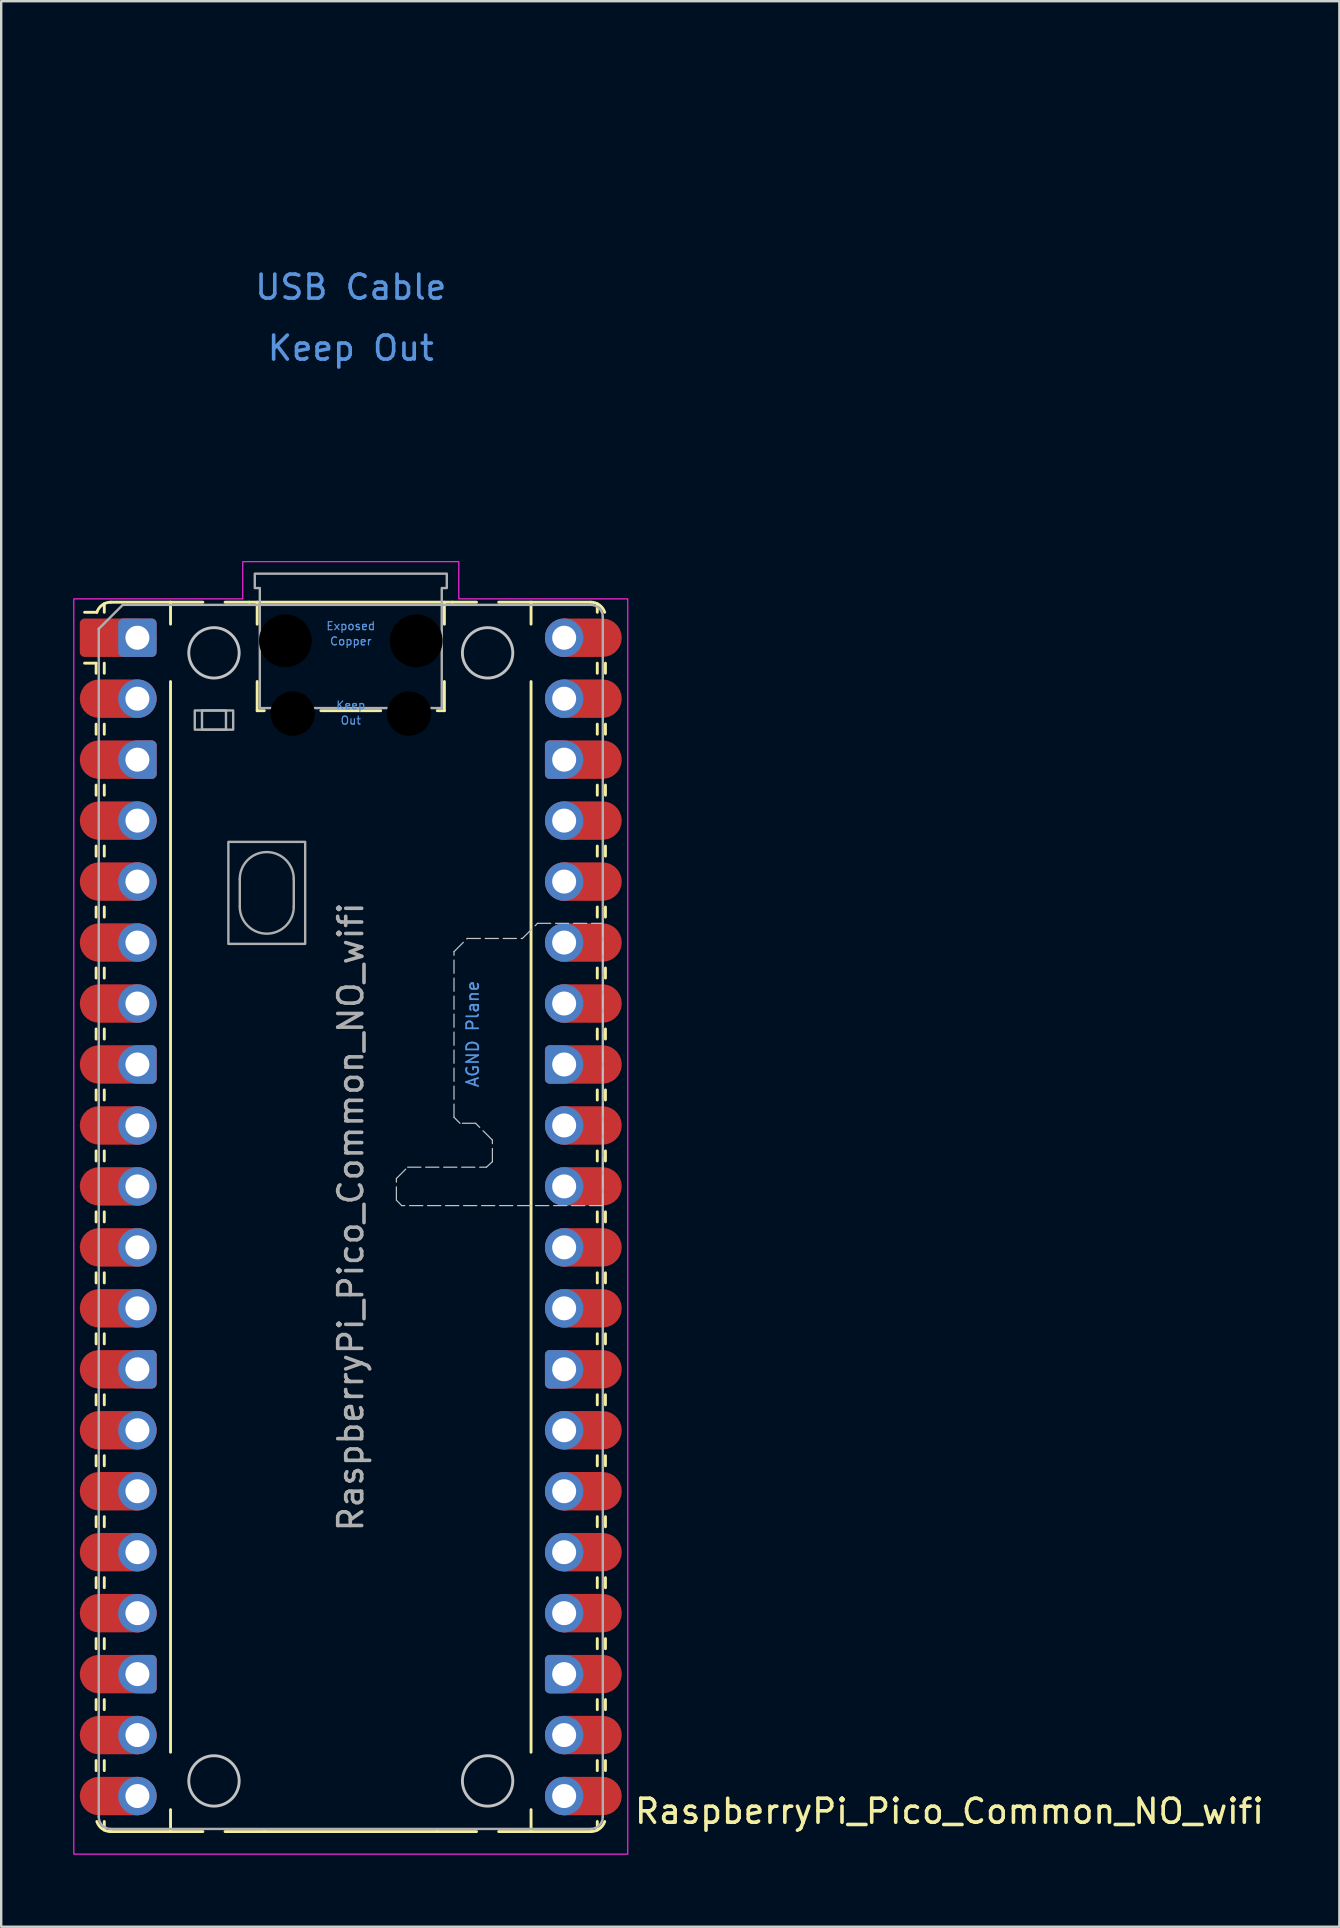
<source format=kicad_pcb>
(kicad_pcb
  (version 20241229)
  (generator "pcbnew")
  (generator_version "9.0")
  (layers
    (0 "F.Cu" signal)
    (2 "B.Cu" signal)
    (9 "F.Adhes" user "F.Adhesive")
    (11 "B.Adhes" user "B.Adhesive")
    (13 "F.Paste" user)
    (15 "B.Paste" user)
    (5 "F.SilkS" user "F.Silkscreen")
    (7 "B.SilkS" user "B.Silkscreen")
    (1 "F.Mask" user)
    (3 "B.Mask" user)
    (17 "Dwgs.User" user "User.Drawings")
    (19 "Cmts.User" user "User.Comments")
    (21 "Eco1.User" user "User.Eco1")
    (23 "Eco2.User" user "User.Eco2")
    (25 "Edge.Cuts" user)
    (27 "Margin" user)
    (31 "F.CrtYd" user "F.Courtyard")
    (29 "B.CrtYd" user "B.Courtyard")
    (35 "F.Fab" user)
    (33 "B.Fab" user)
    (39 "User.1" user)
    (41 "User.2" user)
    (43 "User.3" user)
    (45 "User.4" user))
  (footprint "RaspberryPi_Pico_Common_NO_wifi"
    (layer "F.Cu")
    (at 11.565 47.65)
    (property "Reference" "RaspberryPi_Pico_Common_NO_wifi" (at 11.748 24.765 0) (unlocked yes) (layer "F.SilkS") (effects (font (size 1 1) (thickness 0.15)) (justify left)))
    (attr through_hole)
    (fp_line (start -10.61 -23.07) (end -11.09 -23.07) (stroke (width 0.12) (type solid)) (layer "F.SilkS"))
    (fp_line (start -10.61 -23.07) (end -10.61 -22.65) (stroke (width 0.12) (type solid)) (layer "F.SilkS"))
    (fp_line (start -10.61 -20.53) (end -10.61 -20.11) (stroke (width 0.12) (type solid)) (layer "F.SilkS"))
    (fp_line (start -10.61 -17.99) (end -10.61 -17.57) (stroke (width 0.12) (type solid)) (layer "F.SilkS"))
    (fp_line (start -10.61 -15.45) (end -10.61 -15.03) (stroke (width 0.12) (type solid)) (layer "F.SilkS"))
    (fp_line (start -10.61 -12.91) (end -10.61 -12.49) (stroke (width 0.12) (type solid)) (layer "F.SilkS"))
    (fp_line (start -10.61 -10.37) (end -10.61 -9.95) (stroke (width 0.12) (type solid)) (layer "F.SilkS"))
    (fp_line (start -10.61 -7.83) (end -10.61 -7.41) (stroke (width 0.12) (type solid)) (layer "F.SilkS"))
    (fp_line (start -10.61 -5.29) (end -10.61 -4.87) (stroke (width 0.12) (type solid)) (layer "F.SilkS"))
    (fp_line (start -10.61 -2.75) (end -10.61 -2.33) (stroke (width 0.12) (type solid)) (layer "F.SilkS"))
    (fp_line (start -10.61 -0.21) (end -10.61 0.21) (stroke (width 0.12) (type solid)) (layer "F.SilkS"))
    (fp_line (start -10.61 2.33) (end -10.61 2.75) (stroke (width 0.12) (type solid)) (layer "F.SilkS"))
    (fp_line (start -10.61 4.87) (end -10.61 5.29) (stroke (width 0.12) (type solid)) (layer "F.SilkS"))
    (fp_line (start -10.61 7.41) (end -10.61 7.83) (stroke (width 0.12) (type solid)) (layer "F.SilkS"))
    (fp_line (start -10.61 9.95) (end -10.61 10.37) (stroke (width 0.12) (type solid)) (layer "F.SilkS"))
    (fp_line (start -10.61 12.49) (end -10.61 12.91) (stroke (width 0.12) (type solid)) (layer "F.SilkS"))
    (fp_line (start -10.61 15.03) (end -10.61 15.45) (stroke (width 0.12) (type solid)) (layer "F.SilkS"))
    (fp_line (start -10.61 17.57) (end -10.61 17.99) (stroke (width 0.12) (type solid)) (layer "F.SilkS"))
    (fp_line (start -10.61 20.11) (end -10.61 20.53) (stroke (width 0.12) (type solid)) (layer "F.SilkS"))
    (fp_line (start -10.61 22.65) (end -10.61 23.07) (stroke (width 0.12) (type solid)) (layer "F.SilkS"))
    (fp_line (start -10.58 -25.19) (end -11.09 -25.19) (stroke (width 0.12) (type solid)) (layer "F.SilkS"))
    (fp_line (start -10.27 -25.19) (end -10.27 -25.547) (stroke (width 0.12) (type solid)) (layer "F.SilkS"))
    (fp_line (start -10.27 -23.07) (end -10.27 -22.65) (stroke (width 0.12) (type solid)) (layer "F.SilkS"))
    (fp_line (start -10.27 -20.53) (end -10.27 -20.11) (stroke (width 0.12) (type solid)) (layer "F.SilkS"))
    (fp_line (start -10.27 -17.99) (end -10.27 -17.57) (stroke (width 0.12) (type solid)) (layer "F.SilkS"))
    (fp_line (start -10.27 -15.45) (end -10.27 -15.03) (stroke (width 0.12) (type solid)) (layer "F.SilkS"))
    (fp_line (start -10.27 -12.91) (end -10.27 -12.49) (stroke (width 0.12) (type solid)) (layer "F.SilkS"))
    (fp_line (start -10.27 -10.37) (end -10.27 -9.95) (stroke (width 0.12) (type solid)) (layer "F.SilkS"))
    (fp_line (start -10.27 -7.83) (end -10.27 -7.41) (stroke (width 0.12) (type solid)) (layer "F.SilkS"))
    (fp_line (start -10.27 -5.29) (end -10.27 -4.87) (stroke (width 0.12) (type solid)) (layer "F.SilkS"))
    (fp_line (start -10.27 -2.75) (end -10.27 -2.33) (stroke (width 0.12) (type solid)) (layer "F.SilkS"))
    (fp_line (start -10.27 -0.21) (end -10.27 0.21) (stroke (width 0.12) (type solid)) (layer "F.SilkS"))
    (fp_line (start -10.27 2.33) (end -10.27 2.75) (stroke (width 0.12) (type solid)) (layer "F.SilkS"))
    (fp_line (start -10.27 4.87) (end -10.27 5.29) (stroke (width 0.12) (type solid)) (layer "F.SilkS"))
    (fp_line (start -10.27 7.41) (end -10.27 7.83) (stroke (width 0.12) (type solid)) (layer "F.SilkS"))
    (fp_line (start -10.27 9.95) (end -10.27 10.37) (stroke (width 0.12) (type solid)) (layer "F.SilkS"))
    (fp_line (start -10.27 12.49) (end -10.27 12.91) (stroke (width 0.12) (type solid)) (layer "F.SilkS"))
    (fp_line (start -10.27 15.03) (end -10.27 15.45) (stroke (width 0.12) (type solid)) (layer "F.SilkS"))
    (fp_line (start -10.27 17.57) (end -10.27 17.99) (stroke (width 0.12) (type solid)) (layer "F.SilkS"))
    (fp_line (start -10.27 20.11) (end -10.27 20.53) (stroke (width 0.12) (type solid)) (layer "F.SilkS"))
    (fp_line (start -10.27 22.65) (end -10.27 23.07) (stroke (width 0.12) (type solid)) (layer "F.SilkS"))
    (fp_line (start -10.27 25.19) (end -10.27 25.547) (stroke (width 0.12) (type solid)) (layer "F.SilkS"))
    (fp_line (start -10 -25.61) (end -7.51 -25.61) (stroke (width 0.12) (type solid)) (layer "F.SilkS"))
    (fp_line (start -10 25.61) (end -6.162 25.61) (stroke (width 0.12) (type solid)) (layer "F.SilkS"))
    (fp_line (start -7.51 -25.61) (end -7.51 -24.696) (stroke (width 0.12) (type solid)) (layer "F.SilkS"))
    (fp_line (start -7.51 -25.61) (end -6.162 -25.61) (stroke (width 0.12) (type solid)) (layer "F.SilkS"))
    (fp_line (start -7.51 -22.304) (end -7.51 22.304) (stroke (width 0.12) (type solid)) (layer "F.SilkS"))
    (fp_line (start -7.51 24.696) (end -7.51 25.61) (stroke (width 0.12) (type solid)) (layer "F.SilkS"))
    (fp_line (start -5.238 -25.61) (end -4.235 -25.61) (stroke (width 0.12) (type solid)) (layer "F.SilkS"))
    (fp_line (start -4.235 -25.61) (end 4.235 -25.61) (stroke (width 0.12) (type solid)) (layer "F.SilkS"))
    (fp_line (start -3.9 -25.61) (end -3.9 -24.694) (stroke (width 0.12) (type solid)) (layer "F.SilkS"))
    (fp_line (start -3.9 -22.306) (end -3.9 -21.09) (stroke (width 0.12) (type solid)) (layer "F.SilkS"))
    (fp_line (start -3.9 -21.09) (end -3.604 -21.09) (stroke (width 0.12) (type solid)) (layer "F.SilkS"))
    (fp_line (start -3.6 25.61) (end -5.238 25.61) (stroke (width 0.12) (type solid)) (layer "F.SilkS"))
    (fp_line (start -1.246 -21.09) (end 1.246 -21.09) (stroke (width 0.12) (type solid)) (layer "F.SilkS"))
    (fp_line (start 3.6 25.61) (end -3.6 25.61) (stroke (width 0.12) (type solid)) (layer "F.SilkS"))
    (fp_line (start 3.604 -21.09) (end 3.9 -21.09) (stroke (width 0.12) (type solid)) (layer "F.SilkS"))
    (fp_line (start 3.9 -25.61) (end 3.9 -24.694) (stroke (width 0.12) (type solid)) (layer "F.SilkS"))
    (fp_line (start 3.9 -22.306) (end 3.9 -21.09) (stroke (width 0.12) (type solid)) (layer "F.SilkS"))
    (fp_line (start 4.235 -25.61) (end 5.238 -25.61) (stroke (width 0.12) (type solid)) (layer "F.SilkS"))
    (fp_line (start 5.238 25.61) (end 3.6 25.61) (stroke (width 0.12) (type solid)) (layer "F.SilkS"))
    (fp_line (start 6.162 -25.61) (end 7.51 -25.61) (stroke (width 0.12) (type solid)) (layer "F.SilkS"))
    (fp_line (start 6.162 25.61) (end 10 25.61) (stroke (width 0.12) (type solid)) (layer "F.SilkS"))
    (fp_line (start 7.51 -25.61) (end 7.51 -24.696) (stroke (width 0.12) (type solid)) (layer "F.SilkS"))
    (fp_line (start 7.51 -22.304) (end 7.51 22.304) (stroke (width 0.12) (type solid)) (layer "F.SilkS"))
    (fp_line (start 7.51 24.696) (end 7.51 25.61) (stroke (width 0.12) (type solid)) (layer "F.SilkS"))
    (fp_line (start 10 -25.61) (end 7.51 -25.61) (stroke (width 0.12) (type solid)) (layer "F.SilkS"))
    (fp_line (start 10.27 -25.19) (end 10.27 -25.547) (stroke (width 0.12) (type solid)) (layer "F.SilkS"))
    (fp_line (start 10.27 -23.07) (end 10.27 -22.65) (stroke (width 0.12) (type solid)) (layer "F.SilkS"))
    (fp_line (start 10.27 -20.53) (end 10.27 -20.11) (stroke (width 0.12) (type solid)) (layer "F.SilkS"))
    (fp_line (start 10.27 -17.99) (end 10.27 -17.57) (stroke (width 0.12) (type solid)) (layer "F.SilkS"))
    (fp_line (start 10.27 -15.45) (end 10.27 -15.03) (stroke (width 0.12) (type solid)) (layer "F.SilkS"))
    (fp_line (start 10.27 -12.91) (end 10.27 -12.49) (stroke (width 0.12) (type solid)) (layer "F.SilkS"))
    (fp_line (start 10.27 -10.37) (end 10.27 -9.95) (stroke (width 0.12) (type solid)) (layer "F.SilkS"))
    (fp_line (start 10.27 -7.83) (end 10.27 -7.41) (stroke (width 0.12) (type solid)) (layer "F.SilkS"))
    (fp_line (start 10.27 -5.29) (end 10.27 -4.87) (stroke (width 0.12) (type solid)) (layer "F.SilkS"))
    (fp_line (start 10.27 -2.75) (end 10.27 -2.33) (stroke (width 0.12) (type solid)) (layer "F.SilkS"))
    (fp_line (start 10.27 -0.21) (end 10.27 0.21) (stroke (width 0.12) (type solid)) (layer "F.SilkS"))
    (fp_line (start 10.27 2.33) (end 10.27 2.75) (stroke (width 0.12) (type solid)) (layer "F.SilkS"))
    (fp_line (start 10.27 4.87) (end 10.27 5.29) (stroke (width 0.12) (type solid)) (layer "F.SilkS"))
    (fp_line (start 10.27 7.41) (end 10.27 7.83) (stroke (width 0.12) (type solid)) (layer "F.SilkS"))
    (fp_line (start 10.27 9.95) (end 10.27 10.37) (stroke (width 0.12) (type solid)) (layer "F.SilkS"))
    (fp_line (start 10.27 12.49) (end 10.27 12.91) (stroke (width 0.12) (type solid)) (layer "F.SilkS"))
    (fp_line (start 10.27 15.03) (end 10.27 15.45) (stroke (width 0.12) (type solid)) (layer "F.SilkS"))
    (fp_line (start 10.27 17.57) (end 10.27 17.99) (stroke (width 0.12) (type solid)) (layer "F.SilkS"))
    (fp_line (start 10.27 20.11) (end 10.27 20.53) (stroke (width 0.12) (type solid)) (layer "F.SilkS"))
    (fp_line (start 10.27 22.65) (end 10.27 23.07) (stroke (width 0.12) (type solid)) (layer "F.SilkS"))
    (fp_line (start 10.27 25.19) (end 10.27 25.547) (stroke (width 0.12) (type solid)) (layer "F.SilkS"))
    (fp_line (start 10.61 -23.07) (end 10.61 -22.65) (stroke (width 0.12) (type solid)) (layer "F.SilkS"))
    (fp_line (start 10.61 -20.53) (end 10.61 -20.11) (stroke (width 0.12) (type solid)) (layer "F.SilkS"))
    (fp_line (start 10.61 -17.99) (end 10.61 -17.57) (stroke (width 0.12) (type solid)) (layer "F.SilkS"))
    (fp_line (start 10.61 -15.45) (end 10.61 -15.03) (stroke (width 0.12) (type solid)) (layer "F.SilkS"))
    (fp_line (start 10.61 -12.91) (end 10.61 -12.49) (stroke (width 0.12) (type solid)) (layer "F.SilkS"))
    (fp_line (start 10.61 -10.37) (end 10.61 -9.95) (stroke (width 0.12) (type solid)) (layer "F.SilkS"))
    (fp_line (start 10.61 -7.83) (end 10.61 -7.41) (stroke (width 0.12) (type solid)) (layer "F.SilkS"))
    (fp_line (start 10.61 -5.29) (end 10.61 -4.87) (stroke (width 0.12) (type solid)) (layer "F.SilkS"))
    (fp_line (start 10.61 -2.75) (end 10.61 -2.33) (stroke (width 0.12) (type solid)) (layer "F.SilkS"))
    (fp_line (start 10.61 -0.21) (end 10.61 0.21) (stroke (width 0.12) (type solid)) (layer "F.SilkS"))
    (fp_line (start 10.61 2.33) (end 10.61 2.75) (stroke (width 0.12) (type solid)) (layer "F.SilkS"))
    (fp_line (start 10.61 4.87) (end 10.61 5.29) (stroke (width 0.12) (type solid)) (layer "F.SilkS"))
    (fp_line (start 10.61 7.41) (end 10.61 7.83) (stroke (width 0.12) (type solid)) (layer "F.SilkS"))
    (fp_line (start 10.61 9.95) (end 10.61 10.37) (stroke (width 0.12) (type solid)) (layer "F.SilkS"))
    (fp_line (start 10.61 12.49) (end 10.61 12.91) (stroke (width 0.12) (type solid)) (layer "F.SilkS"))
    (fp_line (start 10.61 15.03) (end 10.61 15.45) (stroke (width 0.12) (type solid)) (layer "F.SilkS"))
    (fp_line (start 10.61 17.57) (end 10.61 17.99) (stroke (width 0.12) (type solid)) (layer "F.SilkS"))
    (fp_line (start 10.61 20.11) (end 10.61 20.53) (stroke (width 0.12) (type solid)) (layer "F.SilkS"))
    (fp_line (start 10.61 22.65) (end 10.61 23.07) (stroke (width 0.12) (type solid)) (layer "F.SilkS"))
    (fp_arc (start -10.579676 -25.19) (mid -10.357938 -25.493944) (end -10 -25.61) (stroke (width 0.12) (type solid)) (layer "F.SilkS"))
    (fp_arc (start -10 25.61) (mid -10.357937 25.493944) (end -10.579676 25.189937) (stroke (width 0.12) (type solid)) (layer "F.SilkS"))
    (fp_arc (start 10 -25.61) (mid 10.357937 -25.493944) (end 10.579676 -25.189937) (stroke (width 0.12) (type solid)) (layer "F.SilkS"))
    (fp_arc (start 10.579676 25.189937) (mid 10.357946 25.493957) (end 10 25.61) (stroke (width 0.12) (type solid)) (layer "F.SilkS"))
    (fp_circle (center -5.7 -23.5) (end -4.65 -23.5) (stroke (width 0.12) (type solid)) (fill no) (layer "Dwgs.User"))
    (fp_circle (center -5.7 23.5) (end -4.65 23.5) (stroke (width 0.12) (type solid)) (fill no) (layer "Dwgs.User"))
    (fp_circle (center 5.7 -23.5) (end 6.75 -23.5) (stroke (width 0.12) (type solid)) (fill no) (layer "Dwgs.User"))
    (fp_circle (center 5.7 23.5) (end 6.75 23.5) (stroke (width 0.12) (type solid)) (fill no) (layer "Dwgs.User"))
    (fp_poly (pts (xy 10.5 -0.47) (xy 2.12 -0.47) (xy 1.9 -0.7) (xy 1.9 -1.6) (xy 2.37 -2.07) (xy 5.65 -2.07) (xy 5.9 -2.3) (xy 5.9 -3.2) (xy 5.2 -3.9) (xy 4.55 -3.9) (xy 4.3 -4.15) (xy 4.3 -11.05) (xy 4.85 -11.6) (xy 7.15 -11.6) (xy 7.78 -12.23) (xy 10.5 -12.23)) (stroke (width 0.05) (type dash)) (fill no) (layer "Dwgs.User"))
    (fp_poly (pts (xy -4.5 -27.3) (xy 4.5 -27.3) (xy 4.5 -25.75) (xy 11.54 -25.75) (xy 11.54 26.55) (xy -11.54 26.55) (xy -11.54 -25.75) (xy -4.5 -25.75)) (stroke (width 0.05) (type solid)) (fill no) (layer "F.CrtYd"))
    (fp_line (start -10.5 -24.5) (end -9.5 -25.5) (stroke (width 0.1) (type solid)) (layer "F.Fab"))
    (fp_line (start -10.5 25) (end -10.5 -24.5) (stroke (width 0.1) (type solid)) (layer "F.Fab"))
    (fp_line (start -9.5 -25.5) (end 10 -25.5) (stroke (width 0.1) (type solid)) (layer "F.Fab"))
    (fp_line (start -4.625 -14.075) (end -4.625 -12.925) (stroke (width 0.1) (type solid)) (layer "F.Fab"))
    (fp_line (start -2.375 -14.075) (end -2.375 -12.925) (stroke (width 0.1) (type solid)) (layer "F.Fab"))
    (fp_line (start 10 25.5) (end -10 25.5) (stroke (width 0.1) (type solid)) (layer "F.Fab"))
    (fp_line (start 10.5 -25) (end 10.5 25) (stroke (width 0.1) (type solid)) (layer "F.Fab"))
    (fp_rect (start -6.5 -21.1) (end -4.9 -20.3) (stroke (width 0.1) (type solid)) (fill no) (layer "F.Fab"))
    (fp_rect (start -6.2 -21.1) (end -5.2 -20.3) (stroke (width 0.1) (type solid)) (fill no) (layer "F.Fab"))
    (fp_rect (start -5.1 -15.625) (end -1.9 -11.375) (stroke (width 0.1) (type solid)) (fill no) (layer "F.Fab"))
    (fp_arc (start -10 25.5) (mid -10.353553 25.353553) (end -10.5 25) (stroke (width 0.1) (type solid)) (layer "F.Fab"))
    (fp_arc (start -4.625 -14.075) (mid -3.5 -15.2) (end -2.375 -14.075) (stroke (width 0.1) (type solid)) (layer "F.Fab"))
    (fp_arc (start -2.375 -12.925) (mid -3.5 -11.8) (end -4.625 -12.925) (stroke (width 0.1) (type solid)) (layer "F.Fab"))
    (fp_arc (start 10 -25.5) (mid 10.353553 -25.353553) (end 10.5 -25) (stroke (width 0.1) (type solid)) (layer "F.Fab"))
    (fp_arc (start 10.5 25) (mid 10.353553 25.353553) (end 10 25.5) (stroke (width 0.1) (type solid)) (layer "F.Fab"))
    (fp_poly (pts (xy 3.79 -21.2) (xy 3.79 -26.2) (xy 4 -26.2) (xy 4 -26.8) (xy -4 -26.8) (xy -4 -26.2) (xy -3.79 -26.2) (xy -3.79 -21.2)) (stroke (width 0.1) (type solid)) (fill no) (layer "F.Fab"))
    (fp_text user "Keep Out" (at 0 -36.195 0) (unlocked yes) (layer "Cmts.User") (effects (font (size 1 1) (thickness 0.15))))
    (fp_text user "Out" (at 0 -20.683 0) (unlocked yes) (layer "Cmts.User") (effects (font (size 0.333 0.333) (thickness 0.05))))
    (fp_text user "Keep" (at 0 -21.317 0) (unlocked yes) (layer "Cmts.User") (effects (font (size 0.333 0.333) (thickness 0.05))))
    (fp_text user "Exposed" (at 0 -24.617 0) (unlocked yes) (layer "Cmts.User") (effects (font (size 0.333 0.333) (thickness 0.05))))
    (fp_text user "USB Cable" (at 0 -38.735 0) (unlocked yes) (layer "Cmts.User") (effects (font (size 1 1) (thickness 0.15))))
    (fp_text user "Copper" (at 0 -23.983 0) (unlocked yes) (layer "Cmts.User") (effects (font (size 0.333 0.333) (thickness 0.05))))
    (fp_text user "AGND Plane" (at 5.08 -7.62 90) (unlocked yes) (layer "Cmts.User") (effects (font (size 0.5 0.5) (thickness 0.075))))
    (fp_text user "${REFERENCE}" (at 0 0 90) (layer "F.Fab") (effects (font (size 1 1) (thickness 0.15))))
    (pad "" np_thru_hole circle (at -2.725 -24) (size 2.2 2.2) (drill 2.2) (layers "*.Mask"))
    (pad "" np_thru_hole circle (at -2.425 -20.97) (size 1.85 1.85) (drill 1.85) (layers "*.Mask"))
    (pad "" np_thru_hole circle (at 2.425 -20.97) (size 1.85 1.85) (drill 1.85) (layers "*.Mask"))
    (pad "" np_thru_hole circle (at 2.725 -24) (size 2.2 2.2) (drill 2.2) (layers "*.Mask"))
    (pad "1" smd custom (at -9.69 -24.13) (size 1.6 0.8) (layers "F.Cu" "F.Mask") (options (anchor rect)) (primitives (gr_circle (center 0.8 0) (end 1.6 0) (width 0) (fill yes)) (gr_poly (pts (xy -1.6 -0.6) (xy -1.6 0.6) (xy -1.4 0.8) (xy 0.8 0.8) (xy 0.8 -0.8) (xy -1.4 -0.8)) (width 0) (fill yes)) (gr_circle (center -1.4 -0.6) (end -1.2 -0.6) (width 0) (fill yes)) (gr_circle (center -1.4 0.6) (end -1.2 0.6) (width 0) (fill yes))))
    (pad "1" thru_hole roundrect (at -8.89 -24.13) (size 1.6 1.6) (drill 1) (layers "*.Cu" "*.Mask") (roundrect_rratio 0.125))
    (pad "2" smd roundrect (at -9.69 -21.59) (size 3.2 1.6) (layers "F.Cu" "F.Mask") (roundrect_rratio 0.5))
    (pad "2" thru_hole circle (at -8.89 -21.59) (size 1.6 1.6) (drill 1) (layers "*.Cu" "*.Mask"))
    (pad "3" smd custom (at -9.69 -19.05) (size 1.6 0.8) (layers "F.Cu" "F.Mask") (options (anchor rect)) (primitives (gr_circle (center -0.8 0) (end 0 0) (width 0) (fill yes)) (gr_poly (pts (xy 1.6 -0.6) (xy 1.6 0.6) (xy 1.4 0.8) (xy -0.8 0.8) (xy -0.8 -0.8) (xy 1.4 -0.8)) (width 0) (fill yes)) (gr_circle (center 1.4 -0.6) (end 1.6 -0.6) (width 0) (fill yes)) (gr_circle (center 1.4 0.6) (end 1.6 0.6) (width 0) (fill yes))))
    (pad "3" thru_hole custom (at -8.89 -19.05) (size 1.6 1.6) (drill 1) (layers "*.Cu" "*.Mask") (options (anchor circle)) (primitives (gr_poly (pts (xy 0.8 0.6) (xy 0.8 -0.6) (xy 0.6 -0.8) (xy 0 -0.8) (xy 0 0.8) (xy 0.6 0.8)) (width 0) (fill yes)) (gr_circle (center 0.6 0.6) (end 0.8 0.6) (width 0) (fill yes)) (gr_circle (center 0.6 -0.6) (end 0.8 -0.6) (width 0) (fill yes))))
    (pad "4" smd roundrect (at -9.69 -16.51) (size 3.2 1.6) (layers "F.Cu" "F.Mask") (roundrect_rratio 0.5))
    (pad "4" thru_hole circle (at -8.89 -16.51) (size 1.6 1.6) (drill 1) (layers "*.Cu" "*.Mask"))
    (pad "5" smd roundrect (at -9.69 -13.97) (size 3.2 1.6) (layers "F.Cu" "F.Mask") (roundrect_rratio 0.5))
    (pad "5" thru_hole circle (at -8.89 -13.97) (size 1.6 1.6) (drill 1) (layers "*.Cu" "*.Mask"))
    (pad "6" smd roundrect (at -9.69 -11.43) (size 3.2 1.6) (layers "F.Cu" "F.Mask") (roundrect_rratio 0.5))
    (pad "6" thru_hole circle (at -8.89 -11.43) (size 1.6 1.6) (drill 1) (layers "*.Cu" "*.Mask"))
    (pad "7" smd roundrect (at -9.69 -8.89) (size 3.2 1.6) (layers "F.Cu" "F.Mask") (roundrect_rratio 0.5))
    (pad "7" thru_hole circle (at -8.89 -8.89) (size 1.6 1.6) (drill 1) (layers "*.Cu" "*.Mask"))
    (pad "8" smd custom (at -9.69 -6.35) (size 1.6 0.8) (layers "F.Cu" "F.Mask") (options (anchor rect)) (primitives (gr_circle (center -0.8 0) (end 0 0) (width 0) (fill yes)) (gr_poly (pts (xy 1.6 -0.6) (xy 1.6 0.6) (xy 1.4 0.8) (xy -0.8 0.8) (xy -0.8 -0.8) (xy 1.4 -0.8)) (width 0) (fill yes)) (gr_circle (center 1.4 -0.6) (end 1.6 -0.6) (width 0) (fill yes)) (gr_circle (center 1.4 0.6) (end 1.6 0.6) (width 0) (fill yes))))
    (pad "8" thru_hole custom (at -8.89 -6.35) (size 1.6 1.6) (drill 1) (layers "*.Cu" "*.Mask") (options (anchor circle)) (primitives (gr_poly (pts (xy 0.8 0.6) (xy 0.8 -0.6) (xy 0.6 -0.8) (xy 0 -0.8) (xy 0 0.8) (xy 0.6 0.8)) (width 0) (fill yes)) (gr_circle (center 0.6 0.6) (end 0.8 0.6) (width 0) (fill yes)) (gr_circle (center 0.6 -0.6) (end 0.8 -0.6) (width 0) (fill yes))))
    (pad "9" smd roundrect (at -9.69 -3.81) (size 3.2 1.6) (layers "F.Cu" "F.Mask") (roundrect_rratio 0.5))
    (pad "9" thru_hole circle (at -8.89 -3.81) (size 1.6 1.6) (drill 1) (layers "*.Cu" "*.Mask"))
    (pad "10" smd roundrect (at -9.69 -1.27) (size 3.2 1.6) (layers "F.Cu" "F.Mask") (roundrect_rratio 0.5))
    (pad "10" thru_hole circle (at -8.89 -1.27) (size 1.6 1.6) (drill 1) (layers "*.Cu" "*.Mask"))
    (pad "11" smd roundrect (at -9.69 1.27) (size 3.2 1.6) (layers "F.Cu" "F.Mask") (roundrect_rratio 0.5))
    (pad "11" thru_hole circle (at -8.89 1.27) (size 1.6 1.6) (drill 1) (layers "*.Cu" "*.Mask"))
    (pad "12" smd roundrect (at -9.69 3.81) (size 3.2 1.6) (layers "F.Cu" "F.Mask") (roundrect_rratio 0.5))
    (pad "12" thru_hole circle (at -8.89 3.81) (size 1.6 1.6) (drill 1) (layers "*.Cu" "*.Mask"))
    (pad "13" smd custom (at -9.69 6.35) (size 1.6 0.8) (layers "F.Cu" "F.Mask") (options (anchor rect)) (primitives (gr_circle (center -0.8 0) (end 0 0) (width 0) (fill yes)) (gr_poly (pts (xy 1.6 -0.6) (xy 1.6 0.6) (xy 1.4 0.8) (xy -0.8 0.8) (xy -0.8 -0.8) (xy 1.4 -0.8)) (width 0) (fill yes)) (gr_circle (center 1.4 -0.6) (end 1.6 -0.6) (width 0) (fill yes)) (gr_circle (center 1.4 0.6) (end 1.6 0.6) (width 0) (fill yes))))
    (pad "13" thru_hole custom (at -8.89 6.35) (size 1.6 1.6) (drill 1) (layers "*.Cu" "*.Mask") (options (anchor circle)) (primitives (gr_poly (pts (xy 0.8 0.6) (xy 0.8 -0.6) (xy 0.6 -0.8) (xy 0 -0.8) (xy 0 0.8) (xy 0.6 0.8)) (width 0) (fill yes)) (gr_circle (center 0.6 0.6) (end 0.8 0.6) (width 0) (fill yes)) (gr_circle (center 0.6 -0.6) (end 0.8 -0.6) (width 0) (fill yes))))
    (pad "14" smd roundrect (at -9.69 8.89) (size 3.2 1.6) (layers "F.Cu" "F.Mask") (roundrect_rratio 0.5))
    (pad "14" thru_hole circle (at -8.89 8.89) (size 1.6 1.6) (drill 1) (layers "*.Cu" "*.Mask"))
    (pad "15" smd roundrect (at -9.69 11.43) (size 3.2 1.6) (layers "F.Cu" "F.Mask") (roundrect_rratio 0.5))
    (pad "15" thru_hole circle (at -8.89 11.43) (size 1.6 1.6) (drill 1) (layers "*.Cu" "*.Mask"))
    (pad "16" smd roundrect (at -9.69 13.97) (size 3.2 1.6) (layers "F.Cu" "F.Mask") (roundrect_rratio 0.5))
    (pad "16" thru_hole circle (at -8.89 13.97) (size 1.6 1.6) (drill 1) (layers "*.Cu" "*.Mask"))
    (pad "17" smd roundrect (at -9.69 16.51) (size 3.2 1.6) (layers "F.Cu" "F.Mask") (roundrect_rratio 0.5))
    (pad "17" thru_hole circle (at -8.89 16.51) (size 1.6 1.6) (drill 1) (layers "*.Cu" "*.Mask"))
    (pad "18" smd custom (at -9.69 19.05) (size 1.6 0.8) (layers "F.Cu" "F.Mask") (options (anchor rect)) (primitives (gr_circle (center -0.8 0) (end 0 0) (width 0) (fill yes)) (gr_poly (pts (xy 1.6 -0.6) (xy 1.6 0.6) (xy 1.4 0.8) (xy -0.8 0.8) (xy -0.8 -0.8) (xy 1.4 -0.8)) (width 0) (fill yes)) (gr_circle (center 1.4 -0.6) (end 1.6 -0.6) (width 0) (fill yes)) (gr_circle (center 1.4 0.6) (end 1.6 0.6) (width 0) (fill yes))))
    (pad "18" thru_hole custom (at -8.89 19.05) (size 1.6 1.6) (drill 1) (layers "*.Cu" "*.Mask") (options (anchor circle)) (primitives (gr_poly (pts (xy 0.8 0.6) (xy 0.8 -0.6) (xy 0.6 -0.8) (xy 0 -0.8) (xy 0 0.8) (xy 0.6 0.8)) (width 0) (fill yes)) (gr_circle (center 0.6 0.6) (end 0.8 0.6) (width 0) (fill yes)) (gr_circle (center 0.6 -0.6) (end 0.8 -0.6) (width 0) (fill yes))))
    (pad "19" smd roundrect (at -9.69 21.59) (size 3.2 1.6) (layers "F.Cu" "F.Mask") (roundrect_rratio 0.5))
    (pad "19" thru_hole circle (at -8.89 21.59) (size 1.6 1.6) (drill 1) (layers "*.Cu" "*.Mask"))
    (pad "20" smd roundrect (at -9.69 24.13) (size 3.2 1.6) (layers "F.Cu" "F.Mask") (roundrect_rratio 0.5))
    (pad "20" thru_hole circle (at -8.89 24.13) (size 1.6 1.6) (drill 1) (layers "*.Cu" "*.Mask"))
    (pad "21" thru_hole circle (at 8.89 24.13) (size 1.6 1.6) (drill 1) (layers "*.Cu" "*.Mask"))
    (pad "21" smd roundrect (at 9.69 24.13) (size 3.2 1.6) (layers "F.Cu" "F.Mask") (roundrect_rratio 0.5))
    (pad "22" thru_hole circle (at 8.89 21.59) (size 1.6 1.6) (drill 1) (layers "*.Cu" "*.Mask"))
    (pad "22" smd roundrect (at 9.69 21.59) (size 3.2 1.6) (layers "F.Cu" "F.Mask") (roundrect_rratio 0.5))
    (pad "23" thru_hole custom (at 8.89 19.05) (size 1.6 1.6) (drill 1) (layers "*.Cu" "*.Mask") (options (anchor circle)) (primitives (gr_poly (pts (xy -0.8 0.6) (xy -0.8 -0.6) (xy -0.6 -0.8) (xy 0 -0.8) (xy 0 0.8) (xy -0.6 0.8)) (width 0) (fill yes)) (gr_circle (center -0.6 0.6) (end -0.4 0.6) (width 0) (fill yes)) (gr_circle (center -0.6 -0.6) (end -0.4 -0.6) (width 0) (fill yes))))
    (pad "23" smd custom (at 9.69 19.05) (size 1.6 0.8) (layers "F.Cu" "F.Mask") (options (anchor rect)) (primitives (gr_circle (center 0.8 0) (end 1.6 0) (width 0) (fill yes)) (gr_poly (pts (xy -1.6 -0.6) (xy -1.6 0.6) (xy -1.4 0.8) (xy 0.8 0.8) (xy 0.8 -0.8) (xy -1.4 -0.8)) (width 0) (fill yes)) (gr_circle (center -1.4 -0.6) (end -1.2 -0.6) (width 0) (fill yes)) (gr_circle (center -1.4 0.6) (end -1.2 0.6) (width 0) (fill yes))))
    (pad "24" thru_hole circle (at 8.89 16.51) (size 1.6 1.6) (drill 1) (layers "*.Cu" "*.Mask"))
    (pad "24" smd roundrect (at 9.69 16.51) (size 3.2 1.6) (layers "F.Cu" "F.Mask") (roundrect_rratio 0.5))
    (pad "25" thru_hole circle (at 8.89 13.97) (size 1.6 1.6) (drill 1) (layers "*.Cu" "*.Mask"))
    (pad "25" smd roundrect (at 9.69 13.97) (size 3.2 1.6) (layers "F.Cu" "F.Mask") (roundrect_rratio 0.5))
    (pad "26" thru_hole circle (at 8.89 11.43) (size 1.6 1.6) (drill 1) (layers "*.Cu" "*.Mask"))
    (pad "26" smd roundrect (at 9.69 11.43) (size 3.2 1.6) (layers "F.Cu" "F.Mask") (roundrect_rratio 0.5))
    (pad "27" thru_hole circle (at 8.89 8.89) (size 1.6 1.6) (drill 1) (layers "*.Cu" "*.Mask"))
    (pad "27" smd roundrect (at 9.69 8.89) (size 3.2 1.6) (layers "F.Cu" "F.Mask") (roundrect_rratio 0.5))
    (pad "28" thru_hole custom (at 8.89 6.35) (size 1.6 1.6) (drill 1) (layers "*.Cu" "*.Mask") (options (anchor circle)) (primitives (gr_poly (pts (xy -0.8 0.6) (xy -0.8 -0.6) (xy -0.6 -0.8) (xy 0 -0.8) (xy 0 0.8) (xy -0.6 0.8)) (width 0) (fill yes)) (gr_circle (center -0.6 0.6) (end -0.4 0.6) (width 0) (fill yes)) (gr_circle (center -0.6 -0.6) (end -0.4 -0.6) (width 0) (fill yes))))
    (pad "28" smd custom (at 9.69 6.35) (size 1.6 0.8) (layers "F.Cu" "F.Mask") (options (anchor rect)) (primitives (gr_circle (center 0.8 0) (end 1.6 0) (width 0) (fill yes)) (gr_poly (pts (xy -1.6 -0.6) (xy -1.6 0.6) (xy -1.4 0.8) (xy 0.8 0.8) (xy 0.8 -0.8) (xy -1.4 -0.8)) (width 0) (fill yes)) (gr_circle (center -1.4 -0.6) (end -1.2 -0.6) (width 0) (fill yes)) (gr_circle (center -1.4 0.6) (end -1.2 0.6) (width 0) (fill yes))))
    (pad "29" thru_hole circle (at 8.89 3.81) (size 1.6 1.6) (drill 1) (layers "*.Cu" "*.Mask"))
    (pad "29" smd roundrect (at 9.69 3.81) (size 3.2 1.6) (layers "F.Cu" "F.Mask") (roundrect_rratio 0.5))
    (pad "30" thru_hole circle (at 8.89 1.27) (size 1.6 1.6) (drill 1) (layers "*.Cu" "*.Mask"))
    (pad "30" smd roundrect (at 9.69 1.27) (size 3.2 1.6) (layers "F.Cu" "F.Mask") (roundrect_rratio 0.5))
    (pad "31" thru_hole circle (at 8.89 -1.27) (size 1.6 1.6) (drill 1) (layers "*.Cu" "*.Mask"))
    (pad "31" smd roundrect (at 9.69 -1.27) (size 3.2 1.6) (layers "F.Cu" "F.Mask") (roundrect_rratio 0.5))
    (pad "32" thru_hole circle (at 8.89 -3.81) (size 1.6 1.6) (drill 1) (layers "*.Cu" "*.Mask"))
    (pad "32" smd roundrect (at 9.69 -3.81) (size 3.2 1.6) (layers "F.Cu" "F.Mask") (roundrect_rratio 0.5))
    (pad "33" thru_hole custom (at 8.89 -6.35) (size 1.6 1.6) (drill 1) (layers "*.Cu" "*.Mask") (options (anchor circle)) (primitives (gr_poly (pts (xy -0.8 0.6) (xy -0.8 -0.6) (xy -0.6 -0.8) (xy 0 -0.8) (xy 0 0.8) (xy -0.6 0.8)) (width 0) (fill yes)) (gr_circle (center -0.6 0.6) (end -0.4 0.6) (width 0) (fill yes)) (gr_circle (center -0.6 -0.6) (end -0.4 -0.6) (width 0) (fill yes))))
    (pad "33" smd custom (at 9.69 -6.35) (size 1.6 0.8) (layers "F.Cu" "F.Mask") (options (anchor rect)) (primitives (gr_circle (center 0.8 0) (end 1.6 0) (width 0) (fill yes)) (gr_poly (pts (xy -1.6 -0.6) (xy -1.6 0.6) (xy -1.4 0.8) (xy 0.8 0.8) (xy 0.8 -0.8) (xy -1.4 -0.8)) (width 0) (fill yes)) (gr_circle (center -1.4 -0.6) (end -1.2 -0.6) (width 0) (fill yes)) (gr_circle (center -1.4 0.6) (end -1.2 0.6) (width 0) (fill yes))))
    (pad "34" thru_hole circle (at 8.89 -8.89) (size 1.6 1.6) (drill 1) (layers "*.Cu" "*.Mask"))
    (pad "34" smd roundrect (at 9.69 -8.89) (size 3.2 1.6) (layers "F.Cu" "F.Mask") (roundrect_rratio 0.5))
    (pad "35" thru_hole circle (at 8.89 -11.43) (size 1.6 1.6) (drill 1) (layers "*.Cu" "*.Mask"))
    (pad "35" smd roundrect (at 9.69 -11.43) (size 3.2 1.6) (layers "F.Cu" "F.Mask") (roundrect_rratio 0.5))
    (pad "36" thru_hole circle (at 8.89 -13.97) (size 1.6 1.6) (drill 1) (layers "*.Cu" "*.Mask"))
    (pad "36" smd roundrect (at 9.69 -13.97) (size 3.2 1.6) (layers "F.Cu" "F.Mask") (roundrect_rratio 0.5))
    (pad "37" thru_hole circle (at 8.89 -16.51) (size 1.6 1.6) (drill 1) (layers "*.Cu" "*.Mask"))
    (pad "37" smd roundrect (at 9.69 -16.51) (size 3.2 1.6) (layers "F.Cu" "F.Mask") (roundrect_rratio 0.5))
    (pad "38" thru_hole custom (at 8.89 -19.05) (size 1.6 1.6) (drill 1) (layers "*.Cu" "*.Mask") (options (anchor circle)) (primitives (gr_poly (pts (xy -0.8 0.6) (xy -0.8 -0.6) (xy -0.6 -0.8) (xy 0 -0.8) (xy 0 0.8) (xy -0.6 0.8)) (width 0) (fill yes)) (gr_circle (center -0.6 0.6) (end -0.4 0.6) (width 0) (fill yes)) (gr_circle (center -0.6 -0.6) (end -0.4 -0.6) (width 0) (fill yes))))
    (pad "38" smd custom (at 9.69 -19.05) (size 1.6 0.8) (layers "F.Cu" "F.Mask") (options (anchor rect)) (primitives (gr_circle (center 0.8 0) (end 1.6 0) (width 0) (fill yes)) (gr_poly (pts (xy -1.6 -0.6) (xy -1.6 0.6) (xy -1.4 0.8) (xy 0.8 0.8) (xy 0.8 -0.8) (xy -1.4 -0.8)) (width 0) (fill yes)) (gr_circle (center -1.4 -0.6) (end -1.2 -0.6) (width 0) (fill yes)) (gr_circle (center -1.4 0.6) (end -1.2 0.6) (width 0) (fill yes))))
    (pad "39" thru_hole circle (at 8.89 -21.59) (size 1.6 1.6) (drill 1) (layers "*.Cu" "*.Mask"))
    (pad "39" smd roundrect (at 9.69 -21.59) (size 3.2 1.6) (layers "F.Cu" "F.Mask") (roundrect_rratio 0.5))
    (pad "40" thru_hole circle (at 8.89 -24.13) (size 1.6 1.6) (drill 1) (layers "*.Cu" "*.Mask"))
    (pad "40" smd roundrect (at 9.69 -24.13) (size 3.2 1.6) (layers "F.Cu" "F.Mask") (roundrect_rratio 0.5))
    (zone (net_name "") (layers "F.Cu" "F.Paste") (name "Pad Keep Out TP3") (hatch full 0.5) (connect_pads) (min_thickness 0.25) (filled_areas_thickness no) (keepout (tracks not_allowed) (vias not_allowed) (pads not_allowed) (copperpour not_allowed) (footprints allowed)) (placement (enabled no)) (fill) (polygon (pts (xy 9.617 22.834) (xy 9.651 22.708) (xy 9.717 22.594) (xy 9.809 22.502) (xy 9.923 22.436) (xy 10.049 22.402) (xy 10.115 22.4) (xy 10.565 22.4) (xy 10.565 24.3) (xy 10.115 24.3) (xy 10.049 24.298) (xy 9.923 24.264) (xy 9.809 24.198) (xy 9.717 24.106) (xy 9.651 23.992) (xy 9.617 23.866) (xy 9.615 23.8) (xy 9.615 22.9))))
    (zone (net_name "") (layers "F.Cu" "F.Paste") (name "Pad Keep Out TP3") (hatch full 0.5) (connect_pads) (min_thickness 0.25) (filled_areas_thickness no) (keepout (tracks not_allowed) (vias not_allowed) (pads not_allowed) (copperpour not_allowed) (footprints allowed)) (placement (enabled no)) (fill) (polygon (pts (xy 10.565 24.3) (xy 11.015 24.3) (xy 11.081 24.298) (xy 11.207 24.264) (xy 11.321 24.198) (xy 11.413 24.106) (xy 11.479 23.992) (xy 11.513 23.866) (xy 11.515 23.8) (xy 11.515 22.9) (xy 11.513 22.834) (xy 11.479 22.708) (xy 11.413 22.594) (xy 11.321 22.502) (xy 11.207 22.436) (xy 11.081 22.402) (xy 11.015 22.4) (xy 10.565 22.4))))
    (zone (net_name "") (layers "F.Cu" "F.Paste") (name "Pad Keep Out TP1") (hatch full 0.5) (connect_pads) (min_thickness 0.25) (filled_areas_thickness no) (keepout (tracks not_allowed) (vias not_allowed) (pads not_allowed) (copperpour not_allowed) (footprints allowed)) (placement (enabled no)) (fill) (polygon (pts (xy 10.617 26.134) (xy 10.651 26.008) (xy 10.717 25.894) (xy 10.809 25.802) (xy 10.923 25.736) (xy 11.049 25.702) (xy 11.115 25.7) (xy 11.565 25.7) (xy 11.565 27.6) (xy 11.115 27.6) (xy 11.049 27.598) (xy 10.923 27.564) (xy 10.809 27.498) (xy 10.717 27.406) (xy 10.651 27.292) (xy 10.617 27.166) (xy 10.615 27.1) (xy 10.615 26.2))))
    (zone (net_name "") (layers "F.Cu" "F.Paste") (name "Pad Keep Out TP1") (hatch full 0.5) (connect_pads) (min_thickness 0.25) (filled_areas_thickness no) (keepout (tracks not_allowed) (vias not_allowed) (pads not_allowed) (copperpour not_allowed) (footprints allowed)) (placement (enabled no)) (fill) (polygon (pts (xy 11.565 27.6) (xy 12.015 27.6) (xy 12.081 27.598) (xy 12.207 27.564) (xy 12.321 27.498) (xy 12.413 27.406) (xy 12.479 27.292) (xy 12.513 27.166) (xy 12.515 27.1) (xy 12.515 26.2) (xy 12.513 26.134) (xy 12.479 26.008) (xy 12.413 25.894) (xy 12.321 25.802) (xy 12.207 25.736) (xy 12.081 25.702) (xy 12.015 25.7) (xy 11.565 25.7))))
    (zone (net_name "") (layers "F.Cu" "F.Paste") (name "Pad Keep Out TP2") (hatch full 0.5) (connect_pads) (min_thickness 0.25) (filled_areas_thickness no) (keepout (tracks not_allowed) (vias not_allowed) (pads not_allowed) (copperpour not_allowed) (footprints allowed)) (placement (enabled no)) (fill) (polygon (pts (xy 11.617 22.849) (xy 11.651 22.723) (xy 11.717 22.609) (xy 11.809 22.517) (xy 11.923 22.451) (xy 12.049 22.417) (xy 12.115 22.415) (xy 12.565 22.415) (xy 12.565 24.315) (xy 12.115 24.315) (xy 12.049 24.313) (xy 11.923 24.279) (xy 11.809 24.213) (xy 11.717 24.121) (xy 11.651 24.007) (xy 11.617 23.881) (xy 11.615 23.815) (xy 11.615 22.915))))
    (zone (net_name "") (layers "F.Cu" "F.Paste") (name "Pad Keep Out TP2") (hatch full 0.5) (connect_pads) (min_thickness 0.25) (filled_areas_thickness no) (keepout (tracks not_allowed) (vias not_allowed) (pads not_allowed) (copperpour not_allowed) (footprints allowed)) (placement (enabled no)) (fill) (polygon (pts (xy 12.565 24.315) (xy 13.015 24.315) (xy 13.081 24.313) (xy 13.207 24.279) (xy 13.321 24.213) (xy 13.413 24.121) (xy 13.479 24.007) (xy 13.513 23.881) (xy 13.515 23.815) (xy 13.515 22.915) (xy 13.513 22.849) (xy 13.479 22.723) (xy 13.413 22.609) (xy 13.321 22.517) (xy 13.207 22.451) (xy 13.081 22.417) (xy 13.015 22.415) (xy 12.565 22.415))))
    (zone (net_name "") (layer "Edge.Cuts") (name "Board Keep Out USB Cable") (hatch edge 0.5) (connect_pads) (min_thickness 0.254) (filled_areas_thickness no) (keepout (tracks allowed) (vias allowed) (pads allowed) (copperpour allowed) (footprints allowed)) (placement (enabled no)) (fill) (polygon (pts (xy 5.365 0) (xy 17.765 0) (xy 17.765 20.4) (xy 5.365 20.4))))
    (zone (net_name "") (layer "F.CrtYd") (name "USB Cable Keep Out") (hatch full 0.5) (connect_pads) (min_thickness 0.254) (filled_areas_thickness no) (keepout (tracks allowed) (vias allowed) (pads allowed) (copperpour allowed) (footprints not_allowed)) (placement (enabled no)) (fill) (polygon (pts (xy 5.815 19.95) (xy 7.625 19.95) (xy 7.625 20.35) (xy 15.505 20.35) (xy 15.505 19.95) (xy 17.315 19.95) (xy 17.315 0.45) (xy 5.815 0.45)))))
  (gr_rect
    (start -3 -3)
    (end 52.753 77.225)
    (stroke (width 0.1) (type default))
    (fill no)
    (layer "Edge.Cuts")))
</source>
